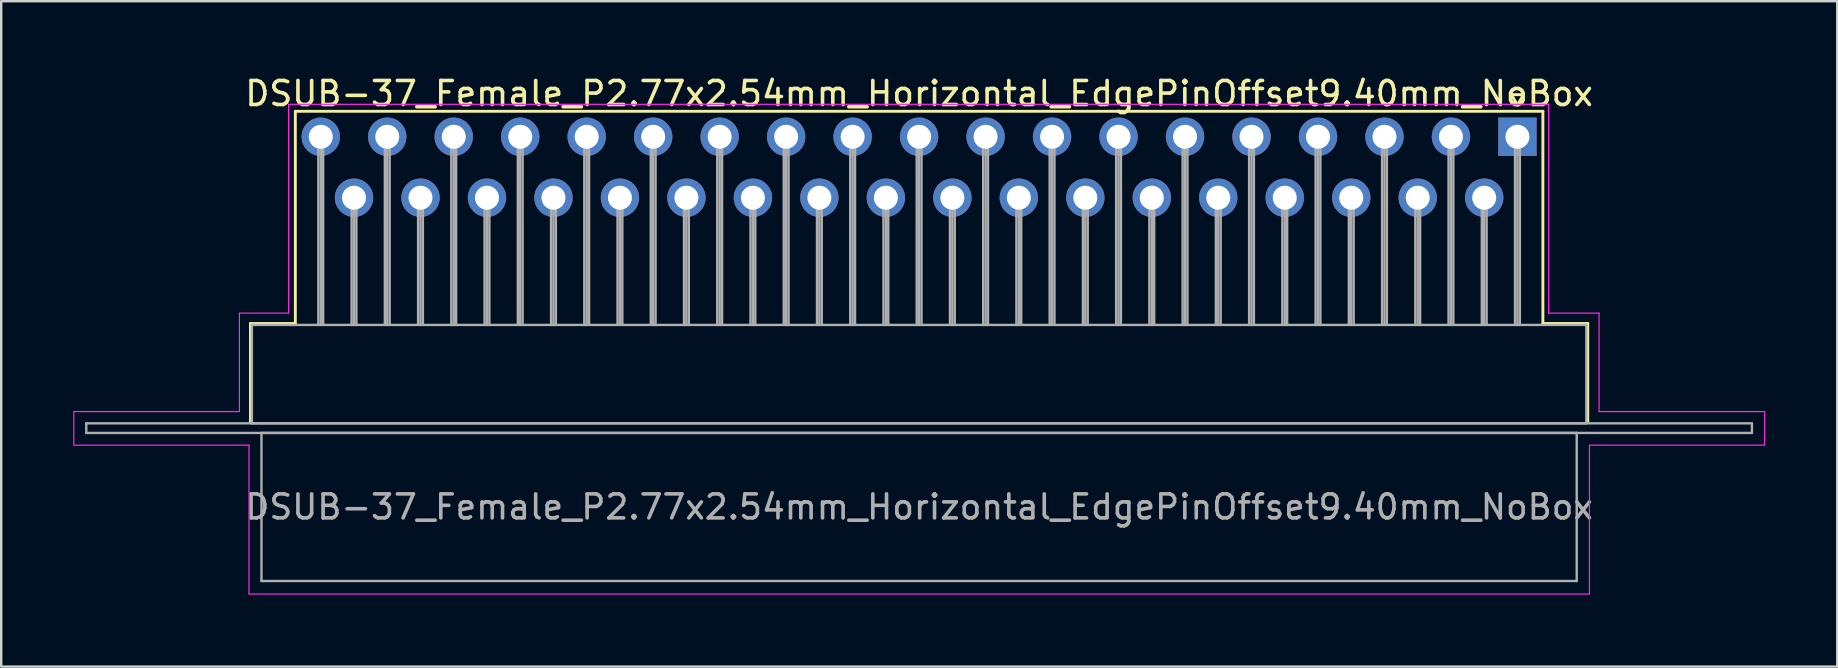
<source format=kicad_pcb>
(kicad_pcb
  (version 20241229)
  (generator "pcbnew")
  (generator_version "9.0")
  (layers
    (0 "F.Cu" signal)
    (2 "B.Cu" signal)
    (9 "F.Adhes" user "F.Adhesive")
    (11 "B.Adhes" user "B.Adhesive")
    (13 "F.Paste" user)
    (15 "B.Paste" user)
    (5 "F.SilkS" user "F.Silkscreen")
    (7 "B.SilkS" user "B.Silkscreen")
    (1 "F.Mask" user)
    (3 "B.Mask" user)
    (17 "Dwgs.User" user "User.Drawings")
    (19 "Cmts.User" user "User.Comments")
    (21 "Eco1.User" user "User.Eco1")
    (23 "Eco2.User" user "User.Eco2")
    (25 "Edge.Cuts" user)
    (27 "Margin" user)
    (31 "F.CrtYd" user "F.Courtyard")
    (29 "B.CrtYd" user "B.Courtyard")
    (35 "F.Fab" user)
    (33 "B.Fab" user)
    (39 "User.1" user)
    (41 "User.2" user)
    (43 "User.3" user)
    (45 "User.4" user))
  (footprint "DSUB-37_Female_P2.77x2.54mm_Horizontal_EdgePinOffset9.40mm_NoBox"
    (layer "F.Cu")
    (at 60.175 2.648)
    (property "Reference" "DSUB-37_Female_P2.77x2.54mm_Horizontal_EdgePinOffset9.40mm_NoBox" (at -24.93 -1.8 0) (layer "F.SilkS") (effects (font (size 1 1) (thickness 0.15))))
    (attr through_hole)
    (fp_line (start -52.79 7.78) (end -50.92 7.78) (stroke (width 0.12) (type solid)) (layer "F.SilkS"))
    (fp_line (start -52.79 11.88) (end -52.79 7.78) (stroke (width 0.12) (type solid)) (layer "F.SilkS"))
    (fp_line (start -50.92 -1.06) (end 1.06 -1.06) (stroke (width 0.12) (type solid)) (layer "F.SilkS"))
    (fp_line (start -50.92 7.78) (end -50.92 -1.06) (stroke (width 0.12) (type solid)) (layer "F.SilkS"))
    (fp_line (start -0.25 -1.754) (end 0.25 -1.754) (stroke (width 0.12) (type solid)) (layer "F.SilkS"))
    (fp_line (start 0 -1.321) (end -0.25 -1.754) (stroke (width 0.12) (type solid)) (layer "F.SilkS"))
    (fp_line (start 0.25 -1.754) (end 0 -1.321) (stroke (width 0.12) (type solid)) (layer "F.SilkS"))
    (fp_line (start 1.06 -1.06) (end 1.06 7.78) (stroke (width 0.12) (type solid)) (layer "F.SilkS"))
    (fp_line (start 1.06 7.78) (end 2.93 7.78) (stroke (width 0.12) (type solid)) (layer "F.SilkS"))
    (fp_line (start 2.93 7.78) (end 2.93 11.88) (stroke (width 0.12) (type solid)) (layer "F.SilkS"))
    (fp_line (start -60.15 11.45) (end -53.25 11.45) (stroke (width 0.05) (type solid)) (layer "F.CrtYd"))
    (fp_line (start -60.15 12.85) (end -60.15 11.45) (stroke (width 0.05) (type solid)) (layer "F.CrtYd"))
    (fp_line (start -53.25 7.35) (end -51.2 7.35) (stroke (width 0.05) (type solid)) (layer "F.CrtYd"))
    (fp_line (start -53.25 11.45) (end -53.25 7.35) (stroke (width 0.05) (type solid)) (layer "F.CrtYd"))
    (fp_line (start -52.85 12.85) (end -60.15 12.85) (stroke (width 0.05) (type solid)) (layer "F.CrtYd"))
    (fp_line (start -52.85 19.05) (end -52.85 12.85) (stroke (width 0.05) (type solid)) (layer "F.CrtYd"))
    (fp_line (start -51.2 -1.35) (end 1.3 -1.35) (stroke (width 0.05) (type solid)) (layer "F.CrtYd"))
    (fp_line (start -51.2 7.35) (end -51.2 -1.35) (stroke (width 0.05) (type solid)) (layer "F.CrtYd"))
    (fp_line (start 1.3 -1.35) (end 1.3 7.35) (stroke (width 0.05) (type solid)) (layer "F.CrtYd"))
    (fp_line (start 1.3 7.35) (end 3.4 7.35) (stroke (width 0.05) (type solid)) (layer "F.CrtYd"))
    (fp_line (start 3 12.85) (end 3 19.05) (stroke (width 0.05) (type solid)) (layer "F.CrtYd"))
    (fp_line (start 3 19.05) (end -52.85 19.05) (stroke (width 0.05) (type solid)) (layer "F.CrtYd"))
    (fp_line (start 3.4 7.35) (end 3.4 11.45) (stroke (width 0.05) (type solid)) (layer "F.CrtYd"))
    (fp_line (start 3.4 11.45) (end 10.3 11.45) (stroke (width 0.05) (type solid)) (layer "F.CrtYd"))
    (fp_line (start 10.3 11.45) (end 10.3 12.85) (stroke (width 0.05) (type solid)) (layer "F.CrtYd"))
    (fp_line (start 10.3 12.85) (end 3 12.85) (stroke (width 0.05) (type solid)) (layer "F.CrtYd"))
    (fp_line (start -59.63 11.94) (end -59.63 12.34) (stroke (width 0.1) (type solid)) (layer "F.Fab"))
    (fp_line (start -59.63 12.34) (end 9.77 12.34) (stroke (width 0.1) (type solid)) (layer "F.Fab"))
    (fp_line (start -52.73 7.84) (end -52.73 11.94) (stroke (width 0.1) (type solid)) (layer "F.Fab"))
    (fp_line (start -52.73 11.94) (end 2.87 11.94) (stroke (width 0.1) (type solid)) (layer "F.Fab"))
    (fp_line (start -52.33 12.34) (end -52.33 18.51) (stroke (width 0.1) (type solid)) (layer "F.Fab"))
    (fp_line (start -52.33 18.51) (end 2.47 18.51) (stroke (width 0.1) (type solid)) (layer "F.Fab"))
    (fp_line (start -49.96 0) (end -49.96 7.84) (stroke (width 0.1) (type solid)) (layer "F.Fab"))
    (fp_line (start -49.86 0) (end -49.86 7.84) (stroke (width 0.1) (type solid)) (layer "F.Fab"))
    (fp_line (start -49.76 0) (end -49.76 7.84) (stroke (width 0.1) (type solid)) (layer "F.Fab"))
    (fp_line (start -48.575 2.54) (end -48.575 7.84) (stroke (width 0.1) (type solid)) (layer "F.Fab"))
    (fp_line (start -48.475 2.54) (end -48.475 7.84) (stroke (width 0.1) (type solid)) (layer "F.Fab"))
    (fp_line (start -48.375 2.54) (end -48.375 7.84) (stroke (width 0.1) (type solid)) (layer "F.Fab"))
    (fp_line (start -47.19 0) (end -47.19 7.84) (stroke (width 0.1) (type solid)) (layer "F.Fab"))
    (fp_line (start -47.09 0) (end -47.09 7.84) (stroke (width 0.1) (type solid)) (layer "F.Fab"))
    (fp_line (start -46.99 0) (end -46.99 7.84) (stroke (width 0.1) (type solid)) (layer "F.Fab"))
    (fp_line (start -45.805 2.54) (end -45.805 7.84) (stroke (width 0.1) (type solid)) (layer "F.Fab"))
    (fp_line (start -45.705 2.54) (end -45.705 7.84) (stroke (width 0.1) (type solid)) (layer "F.Fab"))
    (fp_line (start -45.605 2.54) (end -45.605 7.84) (stroke (width 0.1) (type solid)) (layer "F.Fab"))
    (fp_line (start -44.42 0) (end -44.42 7.84) (stroke (width 0.1) (type solid)) (layer "F.Fab"))
    (fp_line (start -44.32 0) (end -44.32 7.84) (stroke (width 0.1) (type solid)) (layer "F.Fab"))
    (fp_line (start -44.22 0) (end -44.22 7.84) (stroke (width 0.1) (type solid)) (layer "F.Fab"))
    (fp_line (start -43.035 2.54) (end -43.035 7.84) (stroke (width 0.1) (type solid)) (layer "F.Fab"))
    (fp_line (start -42.935 2.54) (end -42.935 7.84) (stroke (width 0.1) (type solid)) (layer "F.Fab"))
    (fp_line (start -42.835 2.54) (end -42.835 7.84) (stroke (width 0.1) (type solid)) (layer "F.Fab"))
    (fp_line (start -41.65 0) (end -41.65 7.84) (stroke (width 0.1) (type solid)) (layer "F.Fab"))
    (fp_line (start -41.55 0) (end -41.55 7.84) (stroke (width 0.1) (type solid)) (layer "F.Fab"))
    (fp_line (start -41.45 0) (end -41.45 7.84) (stroke (width 0.1) (type solid)) (layer "F.Fab"))
    (fp_line (start -40.265 2.54) (end -40.265 7.84) (stroke (width 0.1) (type solid)) (layer "F.Fab"))
    (fp_line (start -40.165 2.54) (end -40.165 7.84) (stroke (width 0.1) (type solid)) (layer "F.Fab"))
    (fp_line (start -40.065 2.54) (end -40.065 7.84) (stroke (width 0.1) (type solid)) (layer "F.Fab"))
    (fp_line (start -38.88 0) (end -38.88 7.84) (stroke (width 0.1) (type solid)) (layer "F.Fab"))
    (fp_line (start -38.78 0) (end -38.78 7.84) (stroke (width 0.1) (type solid)) (layer "F.Fab"))
    (fp_line (start -38.68 0) (end -38.68 7.84) (stroke (width 0.1) (type solid)) (layer "F.Fab"))
    (fp_line (start -37.495 2.54) (end -37.495 7.84) (stroke (width 0.1) (type solid)) (layer "F.Fab"))
    (fp_line (start -37.395 2.54) (end -37.395 7.84) (stroke (width 0.1) (type solid)) (layer "F.Fab"))
    (fp_line (start -37.295 2.54) (end -37.295 7.84) (stroke (width 0.1) (type solid)) (layer "F.Fab"))
    (fp_line (start -36.11 0) (end -36.11 7.84) (stroke (width 0.1) (type solid)) (layer "F.Fab"))
    (fp_line (start -36.01 0) (end -36.01 7.84) (stroke (width 0.1) (type solid)) (layer "F.Fab"))
    (fp_line (start -35.91 0) (end -35.91 7.84) (stroke (width 0.1) (type solid)) (layer "F.Fab"))
    (fp_line (start -34.725 2.54) (end -34.725 7.84) (stroke (width 0.1) (type solid)) (layer "F.Fab"))
    (fp_line (start -34.625 2.54) (end -34.625 7.84) (stroke (width 0.1) (type solid)) (layer "F.Fab"))
    (fp_line (start -34.525 2.54) (end -34.525 7.84) (stroke (width 0.1) (type solid)) (layer "F.Fab"))
    (fp_line (start -33.34 0) (end -33.34 7.84) (stroke (width 0.1) (type solid)) (layer "F.Fab"))
    (fp_line (start -33.24 0) (end -33.24 7.84) (stroke (width 0.1) (type solid)) (layer "F.Fab"))
    (fp_line (start -33.14 0) (end -33.14 7.84) (stroke (width 0.1) (type solid)) (layer "F.Fab"))
    (fp_line (start -31.955 2.54) (end -31.955 7.84) (stroke (width 0.1) (type solid)) (layer "F.Fab"))
    (fp_line (start -31.855 2.54) (end -31.855 7.84) (stroke (width 0.1) (type solid)) (layer "F.Fab"))
    (fp_line (start -31.755 2.54) (end -31.755 7.84) (stroke (width 0.1) (type solid)) (layer "F.Fab"))
    (fp_line (start -30.57 0) (end -30.57 7.84) (stroke (width 0.1) (type solid)) (layer "F.Fab"))
    (fp_line (start -30.47 0) (end -30.47 7.84) (stroke (width 0.1) (type solid)) (layer "F.Fab"))
    (fp_line (start -30.37 0) (end -30.37 7.84) (stroke (width 0.1) (type solid)) (layer "F.Fab"))
    (fp_line (start -29.185 2.54) (end -29.185 7.84) (stroke (width 0.1) (type solid)) (layer "F.Fab"))
    (fp_line (start -29.085 2.54) (end -29.085 7.84) (stroke (width 0.1) (type solid)) (layer "F.Fab"))
    (fp_line (start -28.985 2.54) (end -28.985 7.84) (stroke (width 0.1) (type solid)) (layer "F.Fab"))
    (fp_line (start -27.8 0) (end -27.8 7.84) (stroke (width 0.1) (type solid)) (layer "F.Fab"))
    (fp_line (start -27.7 0) (end -27.7 7.84) (stroke (width 0.1) (type solid)) (layer "F.Fab"))
    (fp_line (start -27.6 0) (end -27.6 7.84) (stroke (width 0.1) (type solid)) (layer "F.Fab"))
    (fp_line (start -26.415 2.54) (end -26.415 7.84) (stroke (width 0.1) (type solid)) (layer "F.Fab"))
    (fp_line (start -26.315 2.54) (end -26.315 7.84) (stroke (width 0.1) (type solid)) (layer "F.Fab"))
    (fp_line (start -26.215 2.54) (end -26.215 7.84) (stroke (width 0.1) (type solid)) (layer "F.Fab"))
    (fp_line (start -25.03 0) (end -25.03 7.84) (stroke (width 0.1) (type solid)) (layer "F.Fab"))
    (fp_line (start -24.93 0) (end -24.93 7.84) (stroke (width 0.1) (type solid)) (layer "F.Fab"))
    (fp_line (start -24.83 0) (end -24.83 7.84) (stroke (width 0.1) (type solid)) (layer "F.Fab"))
    (fp_line (start -23.645 2.54) (end -23.645 7.84) (stroke (width 0.1) (type solid)) (layer "F.Fab"))
    (fp_line (start -23.545 2.54) (end -23.545 7.84) (stroke (width 0.1) (type solid)) (layer "F.Fab"))
    (fp_line (start -23.445 2.54) (end -23.445 7.84) (stroke (width 0.1) (type solid)) (layer "F.Fab"))
    (fp_line (start -22.26 0) (end -22.26 7.84) (stroke (width 0.1) (type solid)) (layer "F.Fab"))
    (fp_line (start -22.16 0) (end -22.16 7.84) (stroke (width 0.1) (type solid)) (layer "F.Fab"))
    (fp_line (start -22.06 0) (end -22.06 7.84) (stroke (width 0.1) (type solid)) (layer "F.Fab"))
    (fp_line (start -20.875 2.54) (end -20.875 7.84) (stroke (width 0.1) (type solid)) (layer "F.Fab"))
    (fp_line (start -20.775 2.54) (end -20.775 7.84) (stroke (width 0.1) (type solid)) (layer "F.Fab"))
    (fp_line (start -20.675 2.54) (end -20.675 7.84) (stroke (width 0.1) (type solid)) (layer "F.Fab"))
    (fp_line (start -19.49 0) (end -19.49 7.84) (stroke (width 0.1) (type solid)) (layer "F.Fab"))
    (fp_line (start -19.39 0) (end -19.39 7.84) (stroke (width 0.1) (type solid)) (layer "F.Fab"))
    (fp_line (start -19.29 0) (end -19.29 7.84) (stroke (width 0.1) (type solid)) (layer "F.Fab"))
    (fp_line (start -18.105 2.54) (end -18.105 7.84) (stroke (width 0.1) (type solid)) (layer "F.Fab"))
    (fp_line (start -18.005 2.54) (end -18.005 7.84) (stroke (width 0.1) (type solid)) (layer "F.Fab"))
    (fp_line (start -17.905 2.54) (end -17.905 7.84) (stroke (width 0.1) (type solid)) (layer "F.Fab"))
    (fp_line (start -16.72 0) (end -16.72 7.84) (stroke (width 0.1) (type solid)) (layer "F.Fab"))
    (fp_line (start -16.62 0) (end -16.62 7.84) (stroke (width 0.1) (type solid)) (layer "F.Fab"))
    (fp_line (start -16.52 0) (end -16.52 7.84) (stroke (width 0.1) (type solid)) (layer "F.Fab"))
    (fp_line (start -15.335 2.54) (end -15.335 7.84) (stroke (width 0.1) (type solid)) (layer "F.Fab"))
    (fp_line (start -15.235 2.54) (end -15.235 7.84) (stroke (width 0.1) (type solid)) (layer "F.Fab"))
    (fp_line (start -15.135 2.54) (end -15.135 7.84) (stroke (width 0.1) (type solid)) (layer "F.Fab"))
    (fp_line (start -13.95 0) (end -13.95 7.84) (stroke (width 0.1) (type solid)) (layer "F.Fab"))
    (fp_line (start -13.85 0) (end -13.85 7.84) (stroke (width 0.1) (type solid)) (layer "F.Fab"))
    (fp_line (start -13.75 0) (end -13.75 7.84) (stroke (width 0.1) (type solid)) (layer "F.Fab"))
    (fp_line (start -12.565 2.54) (end -12.565 7.84) (stroke (width 0.1) (type solid)) (layer "F.Fab"))
    (fp_line (start -12.465 2.54) (end -12.465 7.84) (stroke (width 0.1) (type solid)) (layer "F.Fab"))
    (fp_line (start -12.365 2.54) (end -12.365 7.84) (stroke (width 0.1) (type solid)) (layer "F.Fab"))
    (fp_line (start -11.18 0) (end -11.18 7.84) (stroke (width 0.1) (type solid)) (layer "F.Fab"))
    (fp_line (start -11.08 0) (end -11.08 7.84) (stroke (width 0.1) (type solid)) (layer "F.Fab"))
    (fp_line (start -10.98 0) (end -10.98 7.84) (stroke (width 0.1) (type solid)) (layer "F.Fab"))
    (fp_line (start -9.795 2.54) (end -9.795 7.84) (stroke (width 0.1) (type solid)) (layer "F.Fab"))
    (fp_line (start -9.695 2.54) (end -9.695 7.84) (stroke (width 0.1) (type solid)) (layer "F.Fab"))
    (fp_line (start -9.595 2.54) (end -9.595 7.84) (stroke (width 0.1) (type solid)) (layer "F.Fab"))
    (fp_line (start -8.41 0) (end -8.41 7.84) (stroke (width 0.1) (type solid)) (layer "F.Fab"))
    (fp_line (start -8.31 0) (end -8.31 7.84) (stroke (width 0.1) (type solid)) (layer "F.Fab"))
    (fp_line (start -8.21 0) (end -8.21 7.84) (stroke (width 0.1) (type solid)) (layer "F.Fab"))
    (fp_line (start -7.025 2.54) (end -7.025 7.84) (stroke (width 0.1) (type solid)) (layer "F.Fab"))
    (fp_line (start -6.925 2.54) (end -6.925 7.84) (stroke (width 0.1) (type solid)) (layer "F.Fab"))
    (fp_line (start -6.825 2.54) (end -6.825 7.84) (stroke (width 0.1) (type solid)) (layer "F.Fab"))
    (fp_line (start -5.64 0) (end -5.64 7.84) (stroke (width 0.1) (type solid)) (layer "F.Fab"))
    (fp_line (start -5.54 0) (end -5.54 7.84) (stroke (width 0.1) (type solid)) (layer "F.Fab"))
    (fp_line (start -5.44 0) (end -5.44 7.84) (stroke (width 0.1) (type solid)) (layer "F.Fab"))
    (fp_line (start -4.255 2.54) (end -4.255 7.84) (stroke (width 0.1) (type solid)) (layer "F.Fab"))
    (fp_line (start -4.155 2.54) (end -4.155 7.84) (stroke (width 0.1) (type solid)) (layer "F.Fab"))
    (fp_line (start -4.055 2.54) (end -4.055 7.84) (stroke (width 0.1) (type solid)) (layer "F.Fab"))
    (fp_line (start -2.87 0) (end -2.87 7.84) (stroke (width 0.1) (type solid)) (layer "F.Fab"))
    (fp_line (start -2.77 0) (end -2.77 7.84) (stroke (width 0.1) (type solid)) (layer "F.Fab"))
    (fp_line (start -2.67 0) (end -2.67 7.84) (stroke (width 0.1) (type solid)) (layer "F.Fab"))
    (fp_line (start -1.485 2.54) (end -1.485 7.84) (stroke (width 0.1) (type solid)) (layer "F.Fab"))
    (fp_line (start -1.385 2.54) (end -1.385 7.84) (stroke (width 0.1) (type solid)) (layer "F.Fab"))
    (fp_line (start -1.285 2.54) (end -1.285 7.84) (stroke (width 0.1) (type solid)) (layer "F.Fab"))
    (fp_line (start -0.1 0) (end -0.1 7.84) (stroke (width 0.1) (type solid)) (layer "F.Fab"))
    (fp_line (start 0 0) (end 0 7.84) (stroke (width 0.1) (type solid)) (layer "F.Fab"))
    (fp_line (start 0.1 0) (end 0.1 7.84) (stroke (width 0.1) (type solid)) (layer "F.Fab"))
    (fp_line (start 2.47 12.34) (end -52.33 12.34) (stroke (width 0.1) (type solid)) (layer "F.Fab"))
    (fp_line (start 2.47 18.51) (end 2.47 12.34) (stroke (width 0.1) (type solid)) (layer "F.Fab"))
    (fp_line (start 2.87 7.84) (end -52.73 7.84) (stroke (width 0.1) (type solid)) (layer "F.Fab"))
    (fp_line (start 2.87 11.94) (end 2.87 7.84) (stroke (width 0.1) (type solid)) (layer "F.Fab"))
    (fp_line (start 9.77 11.94) (end -59.63 11.94) (stroke (width 0.1) (type solid)) (layer "F.Fab"))
    (fp_line (start 9.77 12.34) (end 9.77 11.94) (stroke (width 0.1) (type solid)) (layer "F.Fab"))
    (fp_text user "${REFERENCE}" (at -24.93 15.425 0) (layer "F.Fab") (effects (font (size 1 1) (thickness 0.15))))
    (pad "1" thru_hole rect (at 0 0) (size 1.6 1.6) (drill 1) (layers "*.Cu" "*.Mask"))
    (pad "2" thru_hole circle (at -2.77 0) (size 1.6 1.6) (drill 1) (layers "*.Cu" "*.Mask"))
    (pad "3" thru_hole circle (at -5.54 0) (size 1.6 1.6) (drill 1) (layers "*.Cu" "*.Mask"))
    (pad "4" thru_hole circle (at -8.31 0) (size 1.6 1.6) (drill 1) (layers "*.Cu" "*.Mask"))
    (pad "5" thru_hole circle (at -11.08 0) (size 1.6 1.6) (drill 1) (layers "*.Cu" "*.Mask"))
    (pad "6" thru_hole circle (at -13.85 0) (size 1.6 1.6) (drill 1) (layers "*.Cu" "*.Mask"))
    (pad "7" thru_hole circle (at -16.62 0) (size 1.6 1.6) (drill 1) (layers "*.Cu" "*.Mask"))
    (pad "8" thru_hole circle (at -19.39 0) (size 1.6 1.6) (drill 1) (layers "*.Cu" "*.Mask"))
    (pad "9" thru_hole circle (at -22.16 0) (size 1.6 1.6) (drill 1) (layers "*.Cu" "*.Mask"))
    (pad "10" thru_hole circle (at -24.93 0) (size 1.6 1.6) (drill 1) (layers "*.Cu" "*.Mask"))
    (pad "11" thru_hole circle (at -27.7 0) (size 1.6 1.6) (drill 1) (layers "*.Cu" "*.Mask"))
    (pad "12" thru_hole circle (at -30.47 0) (size 1.6 1.6) (drill 1) (layers "*.Cu" "*.Mask"))
    (pad "13" thru_hole circle (at -33.24 0) (size 1.6 1.6) (drill 1) (layers "*.Cu" "*.Mask"))
    (pad "14" thru_hole circle (at -36.01 0) (size 1.6 1.6) (drill 1) (layers "*.Cu" "*.Mask"))
    (pad "15" thru_hole circle (at -38.78 0) (size 1.6 1.6) (drill 1) (layers "*.Cu" "*.Mask"))
    (pad "16" thru_hole circle (at -41.55 0) (size 1.6 1.6) (drill 1) (layers "*.Cu" "*.Mask"))
    (pad "17" thru_hole circle (at -44.32 0) (size 1.6 1.6) (drill 1) (layers "*.Cu" "*.Mask"))
    (pad "18" thru_hole circle (at -47.09 0) (size 1.6 1.6) (drill 1) (layers "*.Cu" "*.Mask"))
    (pad "19" thru_hole circle (at -49.86 0) (size 1.6 1.6) (drill 1) (layers "*.Cu" "*.Mask"))
    (pad "20" thru_hole circle (at -1.385 2.54) (size 1.6 1.6) (drill 1) (layers "*.Cu" "*.Mask"))
    (pad "21" thru_hole circle (at -4.155 2.54) (size 1.6 1.6) (drill 1) (layers "*.Cu" "*.Mask"))
    (pad "22" thru_hole circle (at -6.925 2.54) (size 1.6 1.6) (drill 1) (layers "*.Cu" "*.Mask"))
    (pad "23" thru_hole circle (at -9.695 2.54) (size 1.6 1.6) (drill 1) (layers "*.Cu" "*.Mask"))
    (pad "24" thru_hole circle (at -12.465 2.54) (size 1.6 1.6) (drill 1) (layers "*.Cu" "*.Mask"))
    (pad "25" thru_hole circle (at -15.235 2.54) (size 1.6 1.6) (drill 1) (layers "*.Cu" "*.Mask"))
    (pad "26" thru_hole circle (at -18.005 2.54) (size 1.6 1.6) (drill 1) (layers "*.Cu" "*.Mask"))
    (pad "27" thru_hole circle (at -20.775 2.54) (size 1.6 1.6) (drill 1) (layers "*.Cu" "*.Mask"))
    (pad "28" thru_hole circle (at -23.545 2.54) (size 1.6 1.6) (drill 1) (layers "*.Cu" "*.Mask"))
    (pad "29" thru_hole circle (at -26.315 2.54) (size 1.6 1.6) (drill 1) (layers "*.Cu" "*.Mask"))
    (pad "30" thru_hole circle (at -29.085 2.54) (size 1.6 1.6) (drill 1) (layers "*.Cu" "*.Mask"))
    (pad "31" thru_hole circle (at -31.855 2.54) (size 1.6 1.6) (drill 1) (layers "*.Cu" "*.Mask"))
    (pad "32" thru_hole circle (at -34.625 2.54) (size 1.6 1.6) (drill 1) (layers "*.Cu" "*.Mask"))
    (pad "33" thru_hole circle (at -37.395 2.54) (size 1.6 1.6) (drill 1) (layers "*.Cu" "*.Mask"))
    (pad "34" thru_hole circle (at -40.165 2.54) (size 1.6 1.6) (drill 1) (layers "*.Cu" "*.Mask"))
    (pad "35" thru_hole circle (at -42.935 2.54) (size 1.6 1.6) (drill 1) (layers "*.Cu" "*.Mask"))
    (pad "36" thru_hole circle (at -45.705 2.54) (size 1.6 1.6) (drill 1) (layers "*.Cu" "*.Mask"))
    (pad "37" thru_hole circle (at -48.475 2.54) (size 1.6 1.6) (drill 1) (layers "*.Cu" "*.Mask")))
  (gr_rect
    (start -3 -3)
    (end 73.5 24.723)
    (stroke (width 0.1) (type default))
    (fill no)
    (layer "Edge.Cuts")))
</source>
